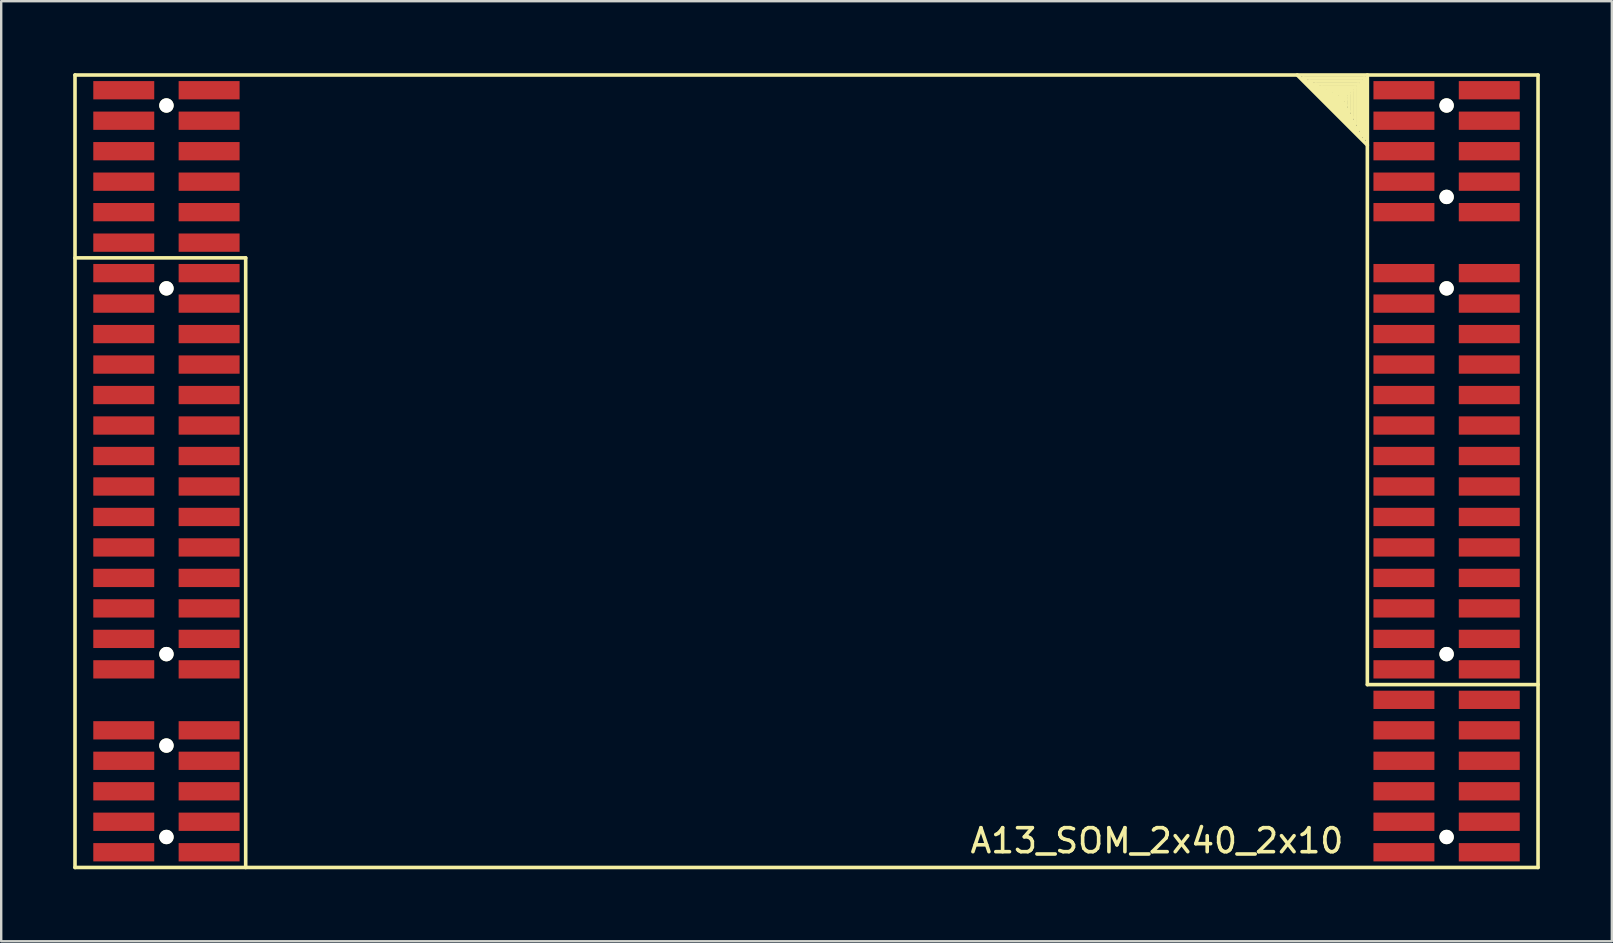
<source format=kicad_pcb>
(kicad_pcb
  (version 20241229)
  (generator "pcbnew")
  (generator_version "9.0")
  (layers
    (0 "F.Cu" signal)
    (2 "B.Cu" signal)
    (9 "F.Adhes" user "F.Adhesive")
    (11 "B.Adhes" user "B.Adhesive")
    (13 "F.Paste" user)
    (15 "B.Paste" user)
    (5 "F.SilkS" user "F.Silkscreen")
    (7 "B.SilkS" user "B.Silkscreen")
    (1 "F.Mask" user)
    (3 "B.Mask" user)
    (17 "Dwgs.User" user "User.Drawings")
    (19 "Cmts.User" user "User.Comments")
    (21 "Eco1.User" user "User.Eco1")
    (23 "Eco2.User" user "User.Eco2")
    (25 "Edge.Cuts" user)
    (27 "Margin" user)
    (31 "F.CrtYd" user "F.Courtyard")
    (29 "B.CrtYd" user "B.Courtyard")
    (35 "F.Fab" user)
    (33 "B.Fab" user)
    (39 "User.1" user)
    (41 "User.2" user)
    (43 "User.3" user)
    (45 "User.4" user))
  (footprint "A13_SOM_2x40_2x10"
    (layer "F.Cu")
    (at 30.555 17.982)
    (property "Reference" "A13_SOM_2x40_2x10" (at 14.6 14 0) (layer "F.SilkS") (effects (font (size 1 1) (thickness 0.15))))
    (attr through_hole)
    (fp_line (start -30.48 -17.907) (end 30.48 -17.907) (stroke (width 0.15) (type solid)) (layer "F.SilkS"))
    (fp_line (start -30.48 15.113) (end -30.48 -17.907) (stroke (width 0.15) (type solid)) (layer "F.SilkS"))
    (fp_line (start -23.368 -10.287) (end -30.48 -10.287) (stroke (width 0.15) (type solid)) (layer "F.SilkS"))
    (fp_line (start -23.368 15.113) (end -23.368 -10.287) (stroke (width 0.15) (type solid)) (layer "F.SilkS"))
    (fp_line (start 20.701 -17.78) (end 23.114 -15.367) (stroke (width 0.15) (type solid)) (layer "F.SilkS"))
    (fp_line (start 20.955 -17.653) (end 22.987 -15.621) (stroke (width 0.15) (type solid)) (layer "F.SilkS"))
    (fp_line (start 21.209 -17.526) (end 22.86 -15.875) (stroke (width 0.15) (type solid)) (layer "F.SilkS"))
    (fp_line (start 21.463 -17.399) (end 22.733 -16.129) (stroke (width 0.15) (type solid)) (layer "F.SilkS"))
    (fp_line (start 21.717 -17.272) (end 22.606 -16.383) (stroke (width 0.15) (type solid)) (layer "F.SilkS"))
    (fp_line (start 21.971 -17.145) (end 22.479 -16.637) (stroke (width 0.15) (type solid)) (layer "F.SilkS"))
    (fp_line (start 22.225 -17.018) (end 22.352 -16.891) (stroke (width 0.15) (type solid)) (layer "F.SilkS"))
    (fp_line (start 22.352 -16.891) (end 22.479 -16.891) (stroke (width 0.15) (type solid)) (layer "F.SilkS"))
    (fp_line (start 22.479 -17.018) (end 22.225 -17.018) (stroke (width 0.15) (type solid)) (layer "F.SilkS"))
    (fp_line (start 22.479 -16.637) (end 22.479 -17.018) (stroke (width 0.15) (type solid)) (layer "F.SilkS"))
    (fp_line (start 22.606 -17.145) (end 21.971 -17.145) (stroke (width 0.15) (type solid)) (layer "F.SilkS"))
    (fp_line (start 22.606 -16.383) (end 22.606 -17.145) (stroke (width 0.15) (type solid)) (layer "F.SilkS"))
    (fp_line (start 22.733 -17.272) (end 21.717 -17.272) (stroke (width 0.15) (type solid)) (layer "F.SilkS"))
    (fp_line (start 22.733 -16.129) (end 22.733 -17.272) (stroke (width 0.15) (type solid)) (layer "F.SilkS"))
    (fp_line (start 22.86 -17.399) (end 21.463 -17.399) (stroke (width 0.15) (type solid)) (layer "F.SilkS"))
    (fp_line (start 22.86 -15.875) (end 22.86 -17.399) (stroke (width 0.15) (type solid)) (layer "F.SilkS"))
    (fp_line (start 22.987 -17.526) (end 21.209 -17.526) (stroke (width 0.15) (type solid)) (layer "F.SilkS"))
    (fp_line (start 22.987 -15.621) (end 22.987 -17.526) (stroke (width 0.15) (type solid)) (layer "F.SilkS"))
    (fp_line (start 23.114 -17.653) (end 20.955 -17.653) (stroke (width 0.15) (type solid)) (layer "F.SilkS"))
    (fp_line (start 23.114 -15.367) (end 23.114 -17.653) (stroke (width 0.15) (type solid)) (layer "F.SilkS"))
    (fp_line (start 23.241 -17.78) (end 20.701 -17.78) (stroke (width 0.15) (type solid)) (layer "F.SilkS"))
    (fp_line (start 23.241 -15.24) (end 23.241 -17.78) (stroke (width 0.15) (type solid)) (layer "F.SilkS"))
    (fp_line (start 23.368 -17.907) (end 23.368 7.493) (stroke (width 0.15) (type solid)) (layer "F.SilkS"))
    (fp_line (start 23.368 -14.986) (end 20.447 -17.907) (stroke (width 0.15) (type solid)) (layer "F.SilkS"))
    (fp_line (start 23.368 7.493) (end 30.48 7.493) (stroke (width 0.15) (type solid)) (layer "F.SilkS"))
    (fp_line (start 30.48 -17.907) (end 30.48 15.113) (stroke (width 0.15) (type solid)) (layer "F.SilkS"))
    (fp_line (start 30.48 15.113) (end -30.48 15.113) (stroke (width 0.15) (type solid)) (layer "F.SilkS"))
    (pad "" np_thru_hole circle (at -26.67 -16.637) (size 0.6 0.6) (drill 0.6) (layers "*.Cu" "*.Mask" "F.SilkS"))
    (pad "" np_thru_hole circle (at -26.67 -9.017) (size 0.6 0.6) (drill 0.6) (layers "*.Cu" "*.Mask" "F.SilkS"))
    (pad "" np_thru_hole circle (at -26.67 6.223) (size 0.6 0.6) (drill 0.6) (layers "*.Cu" "*.Mask" "F.SilkS"))
    (pad "" np_thru_hole circle (at -26.67 10.033) (size 0.6 0.6) (drill 0.6) (layers "*.Cu" "*.Mask" "F.SilkS"))
    (pad "" np_thru_hole circle (at -26.67 13.843) (size 0.6 0.6) (drill 0.6) (layers "*.Cu" "*.Mask" "F.SilkS"))
    (pad "" np_thru_hole circle (at 26.67 -16.637) (size 0.6 0.6) (drill 0.6) (layers "*.Cu" "*.Mask" "F.SilkS"))
    (pad "" np_thru_hole circle (at 26.67 -12.827) (size 0.6 0.6) (drill 0.6) (layers "*.Cu" "*.Mask" "F.SilkS"))
    (pad "" np_thru_hole circle (at 26.67 -9.017) (size 0.6 0.6) (drill 0.6) (layers "*.Cu" "*.Mask" "F.SilkS"))
    (pad "" np_thru_hole circle (at 26.67 6.223) (size 0.6 0.6) (drill 0.6) (layers "*.Cu" "*.Mask" "F.SilkS"))
    (pad "" np_thru_hole circle (at 26.67 13.843) (size 0.6 0.6) (drill 0.6) (layers "*.Cu" "*.Mask" "F.SilkS"))
    (pad "1G1" smd rect (at 24.892 -9.652) (size 2.54 0.762) (layers "F.Cu" "F.Mask" "F.Paste"))
    (pad "1G2" smd rect (at 28.448 -9.652) (size 2.54 0.762) (layers "F.Cu" "F.Mask" "F.Paste"))
    (pad "1G3" smd rect (at 24.892 -8.382) (size 2.54 0.762) (layers "F.Cu" "F.Mask" "F.Paste"))
    (pad "1G4" smd rect (at 28.448 -8.382) (size 2.54 0.762) (layers "F.Cu" "F.Mask" "F.Paste"))
    (pad "1G5" smd rect (at 24.892 -7.112) (size 2.54 0.762) (layers "F.Cu" "F.Mask" "F.Paste"))
    (pad "1G6" smd rect (at 28.448 -7.112) (size 2.54 0.762) (layers "F.Cu" "F.Mask" "F.Paste"))
    (pad "1G7" smd rect (at 24.892 -5.842) (size 2.54 0.762) (layers "F.Cu" "F.Mask" "F.Paste"))
    (pad "1G8" smd rect (at 28.448 -5.842) (size 2.54 0.762) (layers "F.Cu" "F.Mask" "F.Paste"))
    (pad "1G9" smd rect (at 24.892 -4.572) (size 2.54 0.762) (layers "F.Cu" "F.Mask" "F.Paste"))
    (pad "1G10" smd rect (at 28.448 -4.572) (size 2.54 0.762) (layers "F.Cu" "F.Mask" "F.Paste"))
    (pad "1G11" smd rect (at 24.892 -3.302) (size 2.54 0.762) (layers "F.Cu" "F.Mask" "F.Paste"))
    (pad "1G12" smd rect (at 28.448 -3.302) (size 2.54 0.762) (layers "F.Cu" "F.Mask" "F.Paste"))
    (pad "1G13" smd rect (at 24.892 -2.032) (size 2.54 0.762) (layers "F.Cu" "F.Mask" "F.Paste"))
    (pad "1G14" smd rect (at 28.448 -2.032) (size 2.54 0.762) (layers "F.Cu" "F.Mask" "F.Paste"))
    (pad "1G15" smd rect (at 24.892 -0.762) (size 2.54 0.762) (layers "F.Cu" "F.Mask" "F.Paste"))
    (pad "1G16" smd rect (at 28.448 -0.762) (size 2.54 0.762) (layers "F.Cu" "F.Mask" "F.Paste"))
    (pad "1G17" smd rect (at 24.892 0.508) (size 2.54 0.762) (layers "F.Cu" "F.Mask" "F.Paste"))
    (pad "1G18" smd rect (at 28.448 0.508) (size 2.54 0.762) (layers "F.Cu" "F.Mask" "F.Paste"))
    (pad "1G19" smd rect (at 24.892 1.778) (size 2.54 0.762) (layers "F.Cu" "F.Mask" "F.Paste"))
    (pad "1G20" smd rect (at 28.448 1.778) (size 2.54 0.762) (layers "F.Cu" "F.Mask" "F.Paste"))
    (pad "1G21" smd rect (at 24.892 3.048) (size 2.54 0.762) (layers "F.Cu" "F.Mask" "F.Paste"))
    (pad "1G22" smd rect (at 28.448 3.048) (size 2.54 0.762) (layers "F.Cu" "F.Mask" "F.Paste"))
    (pad "1G23" smd rect (at 24.892 4.318) (size 2.54 0.762) (layers "F.Cu" "F.Mask" "F.Paste"))
    (pad "1G24" smd rect (at 28.448 4.318) (size 2.54 0.762) (layers "F.Cu" "F.Mask" "F.Paste"))
    (pad "1G25" smd rect (at 24.892 5.588) (size 2.54 0.762) (layers "F.Cu" "F.Mask" "F.Paste"))
    (pad "1G26" smd rect (at 28.448 5.588) (size 2.54 0.762) (layers "F.Cu" "F.Mask" "F.Paste"))
    (pad "1G27" smd rect (at 24.892 6.858) (size 2.54 0.762) (layers "F.Cu" "F.Mask" "F.Paste"))
    (pad "1G28" smd rect (at 28.448 6.858) (size 2.54 0.762) (layers "F.Cu" "F.Mask" "F.Paste"))
    (pad "1G29" smd rect (at 24.892 8.128) (size 2.54 0.762) (layers "F.Cu" "F.Mask" "F.Paste"))
    (pad "1G30" smd rect (at 28.448 8.128) (size 2.54 0.762) (layers "F.Cu" "F.Mask" "F.Paste"))
    (pad "1G31" smd rect (at 24.892 9.398) (size 2.54 0.762) (layers "F.Cu" "F.Mask" "F.Paste"))
    (pad "1G32" smd rect (at 28.448 9.398) (size 2.54 0.762) (layers "F.Cu" "F.Mask" "F.Paste"))
    (pad "1G33" smd rect (at 24.892 10.668) (size 2.54 0.762) (layers "F.Cu" "F.Mask" "F.Paste"))
    (pad "1G34" smd rect (at 28.448 10.668) (size 2.54 0.762) (layers "F.Cu" "F.Mask" "F.Paste"))
    (pad "1G35" smd rect (at 24.892 11.938) (size 2.54 0.762) (layers "F.Cu" "F.Mask" "F.Paste"))
    (pad "1G36" smd rect (at 28.448 11.938) (size 2.54 0.762) (layers "F.Cu" "F.Mask" "F.Paste"))
    (pad "1G37" smd rect (at 24.892 13.208) (size 2.54 0.762) (layers "F.Cu" "F.Mask" "F.Paste"))
    (pad "1G38" smd rect (at 28.448 13.208) (size 2.54 0.762) (layers "F.Cu" "F.Mask" "F.Paste"))
    (pad "1G39" smd rect (at 24.892 14.478) (size 2.54 0.762) (layers "F.Cu" "F.Mask" "F.Paste"))
    (pad "1G40" smd rect (at 28.448 14.478) (size 2.54 0.762) (layers "F.Cu" "F.Mask" "F.Paste"))
    (pad "2G1" smd rect (at 24.892 -17.272) (size 2.54 0.762) (layers "F.Cu" "F.Mask" "F.Paste"))
    (pad "2G2" smd rect (at 28.448 -17.272) (size 2.54 0.762) (layers "F.Cu" "F.Mask" "F.Paste"))
    (pad "2G3" smd rect (at 24.892 -16.002) (size 2.54 0.762) (layers "F.Cu" "F.Mask" "F.Paste"))
    (pad "2G4" smd rect (at 28.448 -16.002) (size 2.54 0.762) (layers "F.Cu" "F.Mask" "F.Paste"))
    (pad "2G5" smd rect (at 24.892 -14.732) (size 2.54 0.762) (layers "F.Cu" "F.Mask" "F.Paste"))
    (pad "2G6" smd rect (at 28.448 -14.732) (size 2.54 0.762) (layers "F.Cu" "F.Mask" "F.Paste"))
    (pad "2G7" smd rect (at 24.892 -13.462) (size 2.54 0.762) (layers "F.Cu" "F.Mask" "F.Paste"))
    (pad "2G8" smd rect (at 28.448 -13.462) (size 2.54 0.762) (layers "F.Cu" "F.Mask" "F.Paste"))
    (pad "2G9" smd rect (at 24.892 -12.192) (size 2.54 0.762) (layers "F.Cu" "F.Mask" "F.Paste"))
    (pad "2G10" smd rect (at 28.448 -12.192) (size 2.54 0.762) (layers "F.Cu" "F.Mask" "F.Paste"))
    (pad "3G1" smd rect (at -24.892 14.478 180) (size 2.54 0.762) (layers "F.Cu" "F.Mask" "F.Paste"))
    (pad "3G2" smd rect (at -28.448 14.478 180) (size 2.54 0.762) (layers "F.Cu" "F.Mask" "F.Paste"))
    (pad "3G3" smd rect (at -24.892 13.208 180) (size 2.54 0.762) (layers "F.Cu" "F.Mask" "F.Paste"))
    (pad "3G4" smd rect (at -28.448 13.208 180) (size 2.54 0.762) (layers "F.Cu" "F.Mask" "F.Paste"))
    (pad "3G5" smd rect (at -24.892 11.938 180) (size 2.54 0.762) (layers "F.Cu" "F.Mask" "F.Paste"))
    (pad "3G6" smd rect (at -28.448 11.938 180) (size 2.54 0.762) (layers "F.Cu" "F.Mask" "F.Paste"))
    (pad "3G7" smd rect (at -24.892 10.668 180) (size 2.54 0.762) (layers "F.Cu" "F.Mask" "F.Paste"))
    (pad "3G8" smd rect (at -28.448 10.668 180) (size 2.54 0.762) (layers "F.Cu" "F.Mask" "F.Paste"))
    (pad "3G9" smd rect (at -24.892 9.398 180) (size 2.54 0.762) (layers "F.Cu" "F.Mask" "F.Paste"))
    (pad "3G10" smd rect (at -28.448 9.398 180) (size 2.54 0.762) (layers "F.Cu" "F.Mask" "F.Paste"))
    (pad "LD1" smd rect (at -24.892 6.858 180) (size 2.54 0.762) (layers "F.Cu" "F.Mask" "F.Paste"))
    (pad "LD2" smd rect (at -28.448 6.858 180) (size 2.54 0.762) (layers "F.Cu" "F.Mask" "F.Paste"))
    (pad "LD3" smd rect (at -24.892 5.588 180) (size 2.54 0.762) (layers "F.Cu" "F.Mask" "F.Paste"))
    (pad "LD4" smd rect (at -28.448 5.588 180) (size 2.54 0.762) (layers "F.Cu" "F.Mask" "F.Paste"))
    (pad "LD5" smd rect (at -24.892 4.318 180) (size 2.54 0.762) (layers "F.Cu" "F.Mask" "F.Paste"))
    (pad "LD6" smd rect (at -28.448 4.318 180) (size 2.54 0.762) (layers "F.Cu" "F.Mask" "F.Paste"))
    (pad "LD7" smd rect (at -24.892 3.048 180) (size 2.54 0.762) (layers "F.Cu" "F.Mask" "F.Paste"))
    (pad "LD8" smd rect (at -28.448 3.048 180) (size 2.54 0.762) (layers "F.Cu" "F.Mask" "F.Paste"))
    (pad "LD9" smd rect (at -24.892 1.778 180) (size 2.54 0.762) (layers "F.Cu" "F.Mask" "F.Paste"))
    (pad "LD10" smd rect (at -28.448 1.778 180) (size 2.54 0.762) (layers "F.Cu" "F.Mask" "F.Paste"))
    (pad "LD11" smd rect (at -24.892 0.508 180) (size 2.54 0.762) (layers "F.Cu" "F.Mask" "F.Paste"))
    (pad "LD12" smd rect (at -28.448 0.508 180) (size 2.54 0.762) (layers "F.Cu" "F.Mask" "F.Paste"))
    (pad "LD13" smd rect (at -24.892 -0.762 180) (size 2.54 0.762) (layers "F.Cu" "F.Mask" "F.Paste"))
    (pad "LD14" smd rect (at -28.448 -0.762 180) (size 2.54 0.762) (layers "F.Cu" "F.Mask" "F.Paste"))
    (pad "LD15" smd rect (at -24.892 -2.032 180) (size 2.54 0.762) (layers "F.Cu" "F.Mask" "F.Paste"))
    (pad "LD16" smd rect (at -28.448 -2.032 180) (size 2.54 0.762) (layers "F.Cu" "F.Mask" "F.Paste"))
    (pad "LD17" smd rect (at -24.892 -3.302 180) (size 2.54 0.762) (layers "F.Cu" "F.Mask" "F.Paste"))
    (pad "LD18" smd rect (at -28.448 -3.302 180) (size 2.54 0.762) (layers "F.Cu" "F.Mask" "F.Paste"))
    (pad "LD19" smd rect (at -24.892 -4.572 180) (size 2.54 0.762) (layers "F.Cu" "F.Mask" "F.Paste"))
    (pad "LD20" smd rect (at -28.448 -4.572 180) (size 2.54 0.762) (layers "F.Cu" "F.Mask" "F.Paste"))
    (pad "LD21" smd rect (at -24.892 -5.842 180) (size 2.54 0.762) (layers "F.Cu" "F.Mask" "F.Paste"))
    (pad "LD22" smd rect (at -28.448 -5.842 180) (size 2.54 0.762) (layers "F.Cu" "F.Mask" "F.Paste"))
    (pad "LD23" smd rect (at -24.892 -7.112 180) (size 2.54 0.762) (layers "F.Cu" "F.Mask" "F.Paste"))
    (pad "LD24" smd rect (at -28.448 -7.112 180) (size 2.54 0.762) (layers "F.Cu" "F.Mask" "F.Paste"))
    (pad "LD25" smd rect (at -24.892 -8.382 180) (size 2.54 0.762) (layers "F.Cu" "F.Mask" "F.Paste"))
    (pad "LD26" smd rect (at -28.448 -8.382 180) (size 2.54 0.762) (layers "F.Cu" "F.Mask" "F.Paste"))
    (pad "LD27" smd rect (at -24.892 -9.652 180) (size 2.54 0.762) (layers "F.Cu" "F.Mask" "F.Paste"))
    (pad "LD28" smd rect (at -28.448 -9.652 180) (size 2.54 0.762) (layers "F.Cu" "F.Mask" "F.Paste"))
    (pad "LD29" smd rect (at -24.892 -10.922 180) (size 2.54 0.762) (layers "F.Cu" "F.Mask" "F.Paste"))
    (pad "LD30" smd rect (at -28.448 -10.922 180) (size 2.54 0.762) (layers "F.Cu" "F.Mask" "F.Paste"))
    (pad "LD31" smd rect (at -24.892 -12.192 180) (size 2.54 0.762) (layers "F.Cu" "F.Mask" "F.Paste"))
    (pad "LD32" smd rect (at -28.448 -12.192 180) (size 2.54 0.762) (layers "F.Cu" "F.Mask" "F.Paste"))
    (pad "LD33" smd rect (at -24.892 -13.462 180) (size 2.54 0.762) (layers "F.Cu" "F.Mask" "F.Paste"))
    (pad "LD34" smd rect (at -28.448 -13.462 180) (size 2.54 0.762) (layers "F.Cu" "F.Mask" "F.Paste"))
    (pad "LD35" smd rect (at -24.892 -14.732 180) (size 2.54 0.762) (layers "F.Cu" "F.Mask" "F.Paste"))
    (pad "LD36" smd rect (at -28.448 -14.732 180) (size 2.54 0.762) (layers "F.Cu" "F.Mask" "F.Paste"))
    (pad "LD37" smd rect (at -24.892 -16.002 180) (size 2.54 0.762) (layers "F.Cu" "F.Mask" "F.Paste"))
    (pad "LD38" smd rect (at -28.448 -16.002 180) (size 2.54 0.762) (layers "F.Cu" "F.Mask" "F.Paste"))
    (pad "LD39" smd rect (at -24.892 -17.272 180) (size 2.54 0.762) (layers "F.Cu" "F.Mask" "F.Paste"))
    (pad "LD40" smd rect (at -28.448 -17.272 180) (size 2.54 0.762) (layers "F.Cu" "F.Mask" "F.Paste")))
  (gr_rect
    (start -3 -3)
    (end 64.11 36.17)
    (stroke (width 0.1) (type default))
    (fill no)
    (layer "Edge.Cuts")))
</source>
